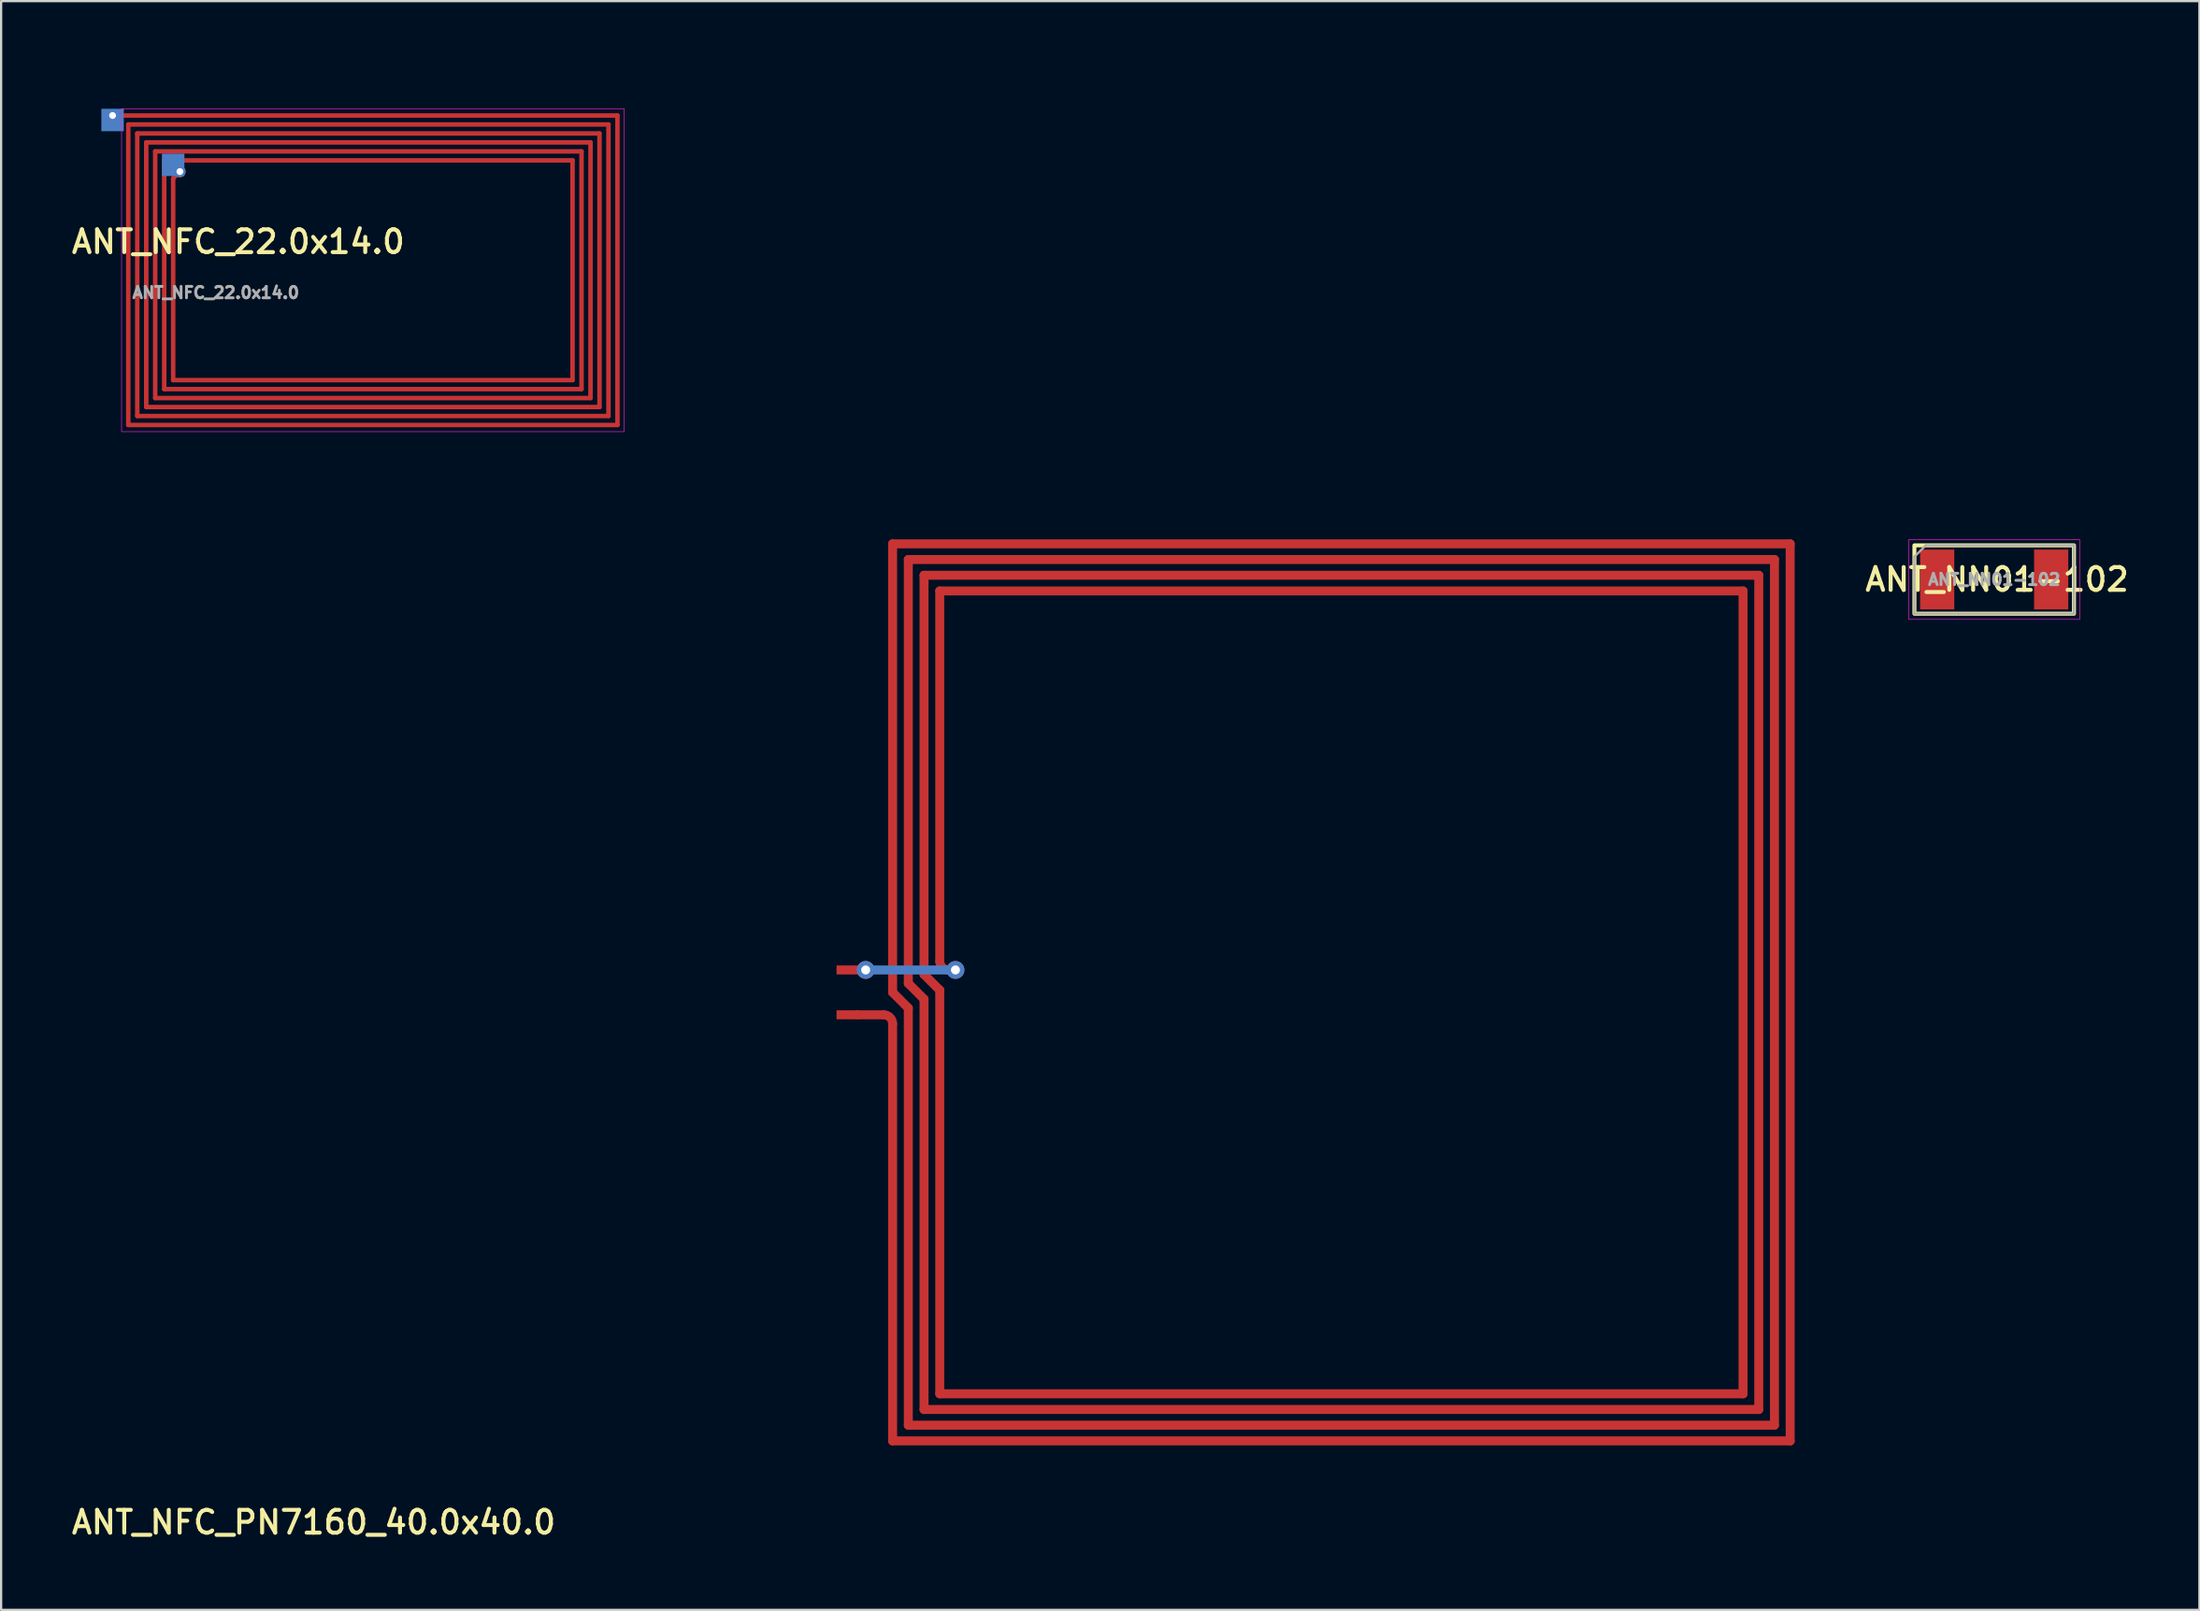
<source format=kicad_pcb>
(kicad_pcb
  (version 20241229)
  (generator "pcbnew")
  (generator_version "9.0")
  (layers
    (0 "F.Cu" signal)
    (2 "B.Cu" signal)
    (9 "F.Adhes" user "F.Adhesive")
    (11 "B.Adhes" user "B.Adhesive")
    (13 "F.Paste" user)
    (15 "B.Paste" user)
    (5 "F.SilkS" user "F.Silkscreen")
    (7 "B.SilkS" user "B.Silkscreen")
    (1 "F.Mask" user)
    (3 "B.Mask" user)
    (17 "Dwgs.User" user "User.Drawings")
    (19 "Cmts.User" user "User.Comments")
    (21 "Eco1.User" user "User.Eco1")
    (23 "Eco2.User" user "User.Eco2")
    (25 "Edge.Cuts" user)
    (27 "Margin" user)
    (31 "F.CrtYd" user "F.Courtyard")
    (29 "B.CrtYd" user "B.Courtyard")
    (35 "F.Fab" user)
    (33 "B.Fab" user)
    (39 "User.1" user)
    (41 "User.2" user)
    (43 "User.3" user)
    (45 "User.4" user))
  (footprint "ANT_NFC_PN7160_40.0x40.0"
    (layer "F.Cu")
    (at 36.73 41.2)
    (property "Reference" "ANT_NFC_PN7160_40.0x40.0" (at -25.8 23.63 0) (layer "F.SilkS") (effects (font (size 1.016 1.016) (thickness 0.178))))
    (attr smd)
    (fp_line (start -1.6 1) (end -0.4 1) (stroke (width 0.4) (type default)) (layer "F.Cu"))
    (fp_line (start 0 -20) (end 40 -20) (stroke (width 0.4) (type solid)) (layer "F.Cu"))
    (fp_line (start 0 0) (end 0 -20) (stroke (width 0.4) (type solid)) (layer "F.Cu"))
    (fp_line (start 0 0) (end 0.7 0.7) (stroke (width 0.4) (type default)) (layer "F.Cu"))
    (fp_line (start 0 20) (end 0 1.4) (stroke (width 0.4) (type solid)) (layer "F.Cu"))
    (fp_line (start 0 20) (end 40 20) (stroke (width 0.4) (type solid)) (layer "F.Cu"))
    (fp_line (start 0.7 -19.3) (end 39.3 -19.3) (stroke (width 0.4) (type solid)) (layer "F.Cu"))
    (fp_line (start 0.7 -0.4) (end 0.7 -19.3) (stroke (width 0.4) (type solid)) (layer "F.Cu"))
    (fp_line (start 0.7 -0.4) (end 1.4 0.3) (stroke (width 0.4) (type default)) (layer "F.Cu"))
    (fp_line (start 0.7 19.3) (end 0.7 0.7) (stroke (width 0.4) (type solid)) (layer "F.Cu"))
    (fp_line (start 0.7 19.3) (end 39.3 19.3) (stroke (width 0.4) (type solid)) (layer "F.Cu"))
    (fp_line (start 1.4 -18.6) (end 38.6 -18.6) (stroke (width 0.4) (type solid)) (layer "F.Cu"))
    (fp_line (start 1.4 -0.8) (end 1.4 -18.6) (stroke (width 0.4) (type solid)) (layer "F.Cu"))
    (fp_line (start 1.4 -0.8) (end 2.1 -0.1) (stroke (width 0.4) (type default)) (layer "F.Cu"))
    (fp_line (start 1.4 18.6) (end 1.4 0.3) (stroke (width 0.4) (type solid)) (layer "F.Cu"))
    (fp_line (start 1.4 18.6) (end 38.6 18.6) (stroke (width 0.4) (type solid)) (layer "F.Cu"))
    (fp_line (start 2.1 -17.9) (end 37.9 -17.9) (stroke (width 0.4) (type solid)) (layer "F.Cu"))
    (fp_line (start 2.1 -1.4) (end 2.1 -17.9) (stroke (width 0.4) (type solid)) (layer "F.Cu"))
    (fp_line (start 2.1 17.9) (end 2.1 -0.1) (stroke (width 0.4) (type solid)) (layer "F.Cu"))
    (fp_line (start 2.1 17.9) (end 37.9 17.9) (stroke (width 0.4) (type solid)) (layer "F.Cu"))
    (fp_line (start 37.9 17.9) (end 37.9 -17.9) (stroke (width 0.4) (type solid)) (layer "F.Cu"))
    (fp_line (start 38.6 18.6) (end 38.6 -18.6) (stroke (width 0.4) (type solid)) (layer "F.Cu"))
    (fp_line (start 39.3 19.3) (end 39.3 -19.3) (stroke (width 0.4) (type solid)) (layer "F.Cu"))
    (fp_line (start 40 20) (end 40 -20) (stroke (width 0.4) (type solid)) (layer "F.Cu"))
    (fp_arc (start -0.4 1) (mid -0.117157 1.117157) (end 0 1.4) (stroke (width 0.4) (type default)) (layer "F.Cu"))
    (fp_arc (start 2.5 -1) (mid 2.217157 -1.117157) (end 2.1 -1.4) (stroke (width 0.4) (type default)) (layer "F.Cu"))
    (fp_line (start -1.2 -1) (end 2.8 -1) (stroke (width 0.4) (type default)) (layer "B.Cu"))
    (pad "1" smd rect (at -2 1) (size 1 0.4) (layers "F.Cu" "F.Mask" "F.Paste"))
    (pad "2" smd rect (at -2 -1) (size 1 0.4) (layers "F.Cu" "F.Mask" "F.Paste"))
    (pad "2" thru_hole circle (at -1.2 -1) (size 0.8 0.8) (drill 0.4) (layers "*.Cu" "*.Mask"))
    (pad "2" thru_hole circle (at 2.8 -1) (size 0.8 0.8) (drill 0.4) (layers "*.Cu" "*.Mask")))
  (footprint "ANT_NN01-102"
    (layer "F.Cu")
    (at 85.822 22.791)
    (property "Reference" "ANT_NN01-102" (at 0.127 0 0) (layer "F.SilkS") (effects (font (size 1.016 1.016) (thickness 0.178))))
    (attr smd)
    (fp_rect (start -3.556 -1.524) (end 3.556 1.524) (stroke (width 0.178) (type solid)) (fill no) (layer "F.SilkS"))
    (fp_rect (start -3.81 -1.778) (end 3.81 1.778) (stroke (width 0.025) (type solid)) (fill no) (layer "F.CrtYd"))
    (fp_line (start -3.556 -1.016) (end -3.048 -1.524) (stroke (width 0.1) (type solid)) (layer "F.Fab"))
    (fp_line (start -3.556 1.524) (end -3.556 -1.016) (stroke (width 0.1) (type solid)) (layer "F.Fab"))
    (fp_line (start -3.556 1.524) (end 3.556 1.524) (stroke (width 0.1) (type solid)) (layer "F.Fab"))
    (fp_line (start -3.048 -1.524) (end 3.556 -1.524) (stroke (width 0.1) (type solid)) (layer "F.Fab"))
    (fp_line (start 3.556 -1.524) (end 3.556 1.524) (stroke (width 0.1) (type solid)) (layer "F.Fab"))
    (fp_text user "${REFERENCE}" (at 0 0 0) (layer "F.Fab") (effects (font (size 0.508 0.508) (thickness 0.127))))
    (pad "1" smd rect (at -2.54 0) (size 1.524 2.667) (layers "F.Cu" "F.Mask" "F.Paste"))
    (pad "2" smd rect (at 2.54 0) (size 1.524 2.667) (layers "F.Cu" "F.Mask" "F.Paste")))
  (footprint "ANT_NFC_22.0x14.0"
    (layer "F.Cu")
    (at 2.567 9)
    (property "Reference" "ANT_NFC_22.0x14.0" (at 5 -1.27 0) (layer "F.SilkS") (effects (font (size 1.016 1.016) (thickness 0.178))))
    (attr smd)
    (fp_rect (start -0.2 -7.2) (end 22.2 7.2) (stroke (width 0.025) (type solid)) (fill no) (layer "F.CrtYd"))
    (fp_text user "${REFERENCE}" (at 4 1 0) (layer "F.Fab") (effects (font (size 0.508 0.508) (thickness 0.127))))
    (pad "1" thru_hole circle (at -0.6 -6.9) (size 0.508 0.508) (drill 0.305) (layers "*.Cu" "*.Mask"))
    (pad "1" smd rect (at -0.6 -6.7) (size 1 1) (layers "B.Cu" "B.Mask" "B.Paste"))
    (pad "1" smd roundrect (at 0.1 0.2) (size 0.2 13.6) (layers "F.Cu") (roundrect_rratio 0.5))
    (pad "1" smd roundrect (at 0.5 0.2) (size 0.2 12.8) (layers "F.Cu") (roundrect_rratio 0.5))
    (pad "1" smd roundrect (at 0.9 0.2) (size 0.2 12) (layers "F.Cu") (roundrect_rratio 0.5))
    (pad "1" smd roundrect (at 1.3 0.2) (size 0.2 11.2) (layers "F.Cu") (roundrect_rratio 0.5))
    (pad "1" smd roundrect (at 1.7 0.2) (size 0.2 10.4) (layers "F.Cu") (roundrect_rratio 0.5))
    (pad "1" smd roundrect (at 10.75 -6.9) (size 22.5 0.2) (layers "F.Cu") (roundrect_rratio 0.5))
    (pad "1" smd roundrect (at 10.8 -6.5) (size 21.6 0.2) (layers "F.Cu") (roundrect_rratio 0.5))
    (pad "1" smd roundrect (at 10.8 -6.1) (size 20.8 0.2) (layers "F.Cu") (roundrect_rratio 0.5))
    (pad "1" smd roundrect (at 10.8 -5.7) (size 20 0.2) (layers "F.Cu") (roundrect_rratio 0.5))
    (pad "1" smd roundrect (at 10.8 -5.3) (size 19.2 0.2) (layers "F.Cu") (roundrect_rratio 0.5))
    (pad "1" smd roundrect (at 10.8 -4.9) (size 18.4 0.2) (layers "F.Cu") (roundrect_rratio 0.5))
    (pad "1" smd roundrect (at 11 4.9) (size 18 0.2) (layers "F.Cu") (roundrect_rratio 0.5))
    (pad "1" smd roundrect (at 11 5.3) (size 18.8 0.2) (layers "F.Cu") (roundrect_rratio 0.5))
    (pad "1" smd roundrect (at 11 5.7) (size 19.6 0.2) (layers "F.Cu") (roundrect_rratio 0.5))
    (pad "1" smd roundrect (at 11 6.1) (size 20.4 0.2) (layers "F.Cu") (roundrect_rratio 0.5))
    (pad "1" smd roundrect (at 11 6.5) (size 21.2 0.2) (layers "F.Cu") (roundrect_rratio 0.5))
    (pad "1" smd roundrect (at 11 6.9) (size 22 0.2) (layers "F.Cu") (roundrect_rratio 0.5))
    (pad "1" smd roundrect (at 19.9 0) (size 0.2 10) (layers "F.Cu") (roundrect_rratio 0.5))
    (pad "1" smd roundrect (at 20.3 0) (size 0.2 10.8) (layers "F.Cu") (roundrect_rratio 0.5))
    (pad "1" smd roundrect (at 20.7 0) (size 0.2 11.6) (layers "F.Cu") (roundrect_rratio 0.5))
    (pad "1" smd roundrect (at 21.1 0) (size 0.2 12.4) (layers "F.Cu") (roundrect_rratio 0.5))
    (pad "1" smd roundrect (at 21.5 0) (size 0.2 13.2) (layers "F.Cu") (roundrect_rratio 0.5))
    (pad "1" smd roundrect (at 21.9 0) (size 0.2 14) (layers "F.Cu") (roundrect_rratio 0.5))
    (pad "2" smd rect (at 2.1 -4.7) (size 1 1) (layers "B.Cu" "B.Mask" "B.Paste"))
    (pad "2" smd roundrect (at 2.1 0.4) (size 0.2 9.2) (layers "F.Cu") (roundrect_rratio 0.5))
    (pad "2" smd roundrect (at 2.25 -4.25 315) (size 0.2 0.6) (layers "F.Cu") (roundrect_rratio 0.5))
    (pad "2" thru_hole circle (at 2.4 -4.4) (size 0.508 0.508) (drill 0.305) (layers "*.Cu" "*.Mask"))
    (zone (net_name "") (layer "F.Cu") (hatch edge 0.508) (connect_pads) (min_thickness 0.254) (filled_areas_thickness no) (keepout (tracks allowed) (vias allowed) (pads allowed) (copperpour not_allowed) (footprints allowed)) (placement (enabled no)) (fill) (polygon (pts (xy 2.567 18) (xy 0.567 18) (xy 0.567 0) (xy 2.567 0))))
    (zone (net_name "") (layer "F.Cu") (hatch edge 0.508) (connect_pads) (min_thickness 0.254) (filled_areas_thickness no) (keepout (tracks allowed) (vias allowed) (pads allowed) (copperpour not_allowed) (footprints allowed)) (placement (enabled no)) (fill) (polygon (pts (xy 6.767 13.8) (xy 4.767 13.8) (xy 4.767 4.2) (xy 6.767 4.2))))
    (zone (net_name "") (layer "F.Cu") (hatch edge 0.508) (connect_pads) (min_thickness 0.254) (filled_areas_thickness no) (keepout (tracks allowed) (vias allowed) (pads allowed) (copperpour not_allowed) (footprints allowed)) (placement (enabled no)) (fill) (polygon (pts (xy 20.367 6.2) (xy 4.767 6.2) (xy 4.767 4.2) (xy 20.367 4.2))))
    (zone (net_name "") (layer "F.Cu") (hatch edge 0.508) (connect_pads) (min_thickness 0.254) (filled_areas_thickness no) (keepout (tracks allowed) (vias allowed) (pads allowed) (copperpour not_allowed) (footprints allowed)) (placement (enabled no)) (fill) (polygon (pts (xy 20.367 13.8) (xy 4.767 13.8) (xy 4.767 11.8) (xy 20.367 11.8))))
    (zone (net_name "") (layer "F.Cu") (hatch edge 0.508) (connect_pads) (min_thickness 0.254) (filled_areas_thickness no) (keepout (tracks allowed) (vias allowed) (pads allowed) (copperpour not_allowed) (footprints allowed)) (placement (enabled no)) (fill) (polygon (pts (xy 22.367 13.8) (xy 20.367 13.8) (xy 20.367 4.2) (xy 22.367 4.2))))
    (zone (net_name "") (layer "F.Cu") (hatch edge 0.508) (connect_pads) (min_thickness 0.254) (filled_areas_thickness no) (keepout (tracks allowed) (vias allowed) (pads allowed) (copperpour not_allowed) (footprints allowed)) (placement (enabled no)) (fill) (polygon (pts (xy 26.567 2) (xy 0.567 2) (xy 0.567 0) (xy 26.567 0))))
    (zone (net_name "") (layer "F.Cu") (hatch edge 0.508) (connect_pads) (min_thickness 0.254) (filled_areas_thickness no) (keepout (tracks allowed) (vias allowed) (pads not_allowed) (copperpour not_allowed) (footprints allowed)) (placement (enabled no)) (fill) (polygon (pts (xy 26.567 18) (xy 0.567 18) (xy 0.567 16) (xy 26.567 16))))
    (zone (net_name "") (layer "F.Cu") (hatch edge 0.508) (connect_pads) (min_thickness 0.254) (filled_areas_thickness no) (keepout (tracks allowed) (vias allowed) (pads allowed) (copperpour not_allowed) (footprints allowed)) (placement (enabled no)) (fill) (polygon (pts (xy 26.567 18) (xy 24.567 18) (xy 24.567 0) (xy 26.567 0)))))
  (gr_rect
    (start -3 -3)
    (end 94.968 68.736)
    (stroke (width 0.1) (type default))
    (fill no)
    (layer "Edge.Cuts")))
</source>
